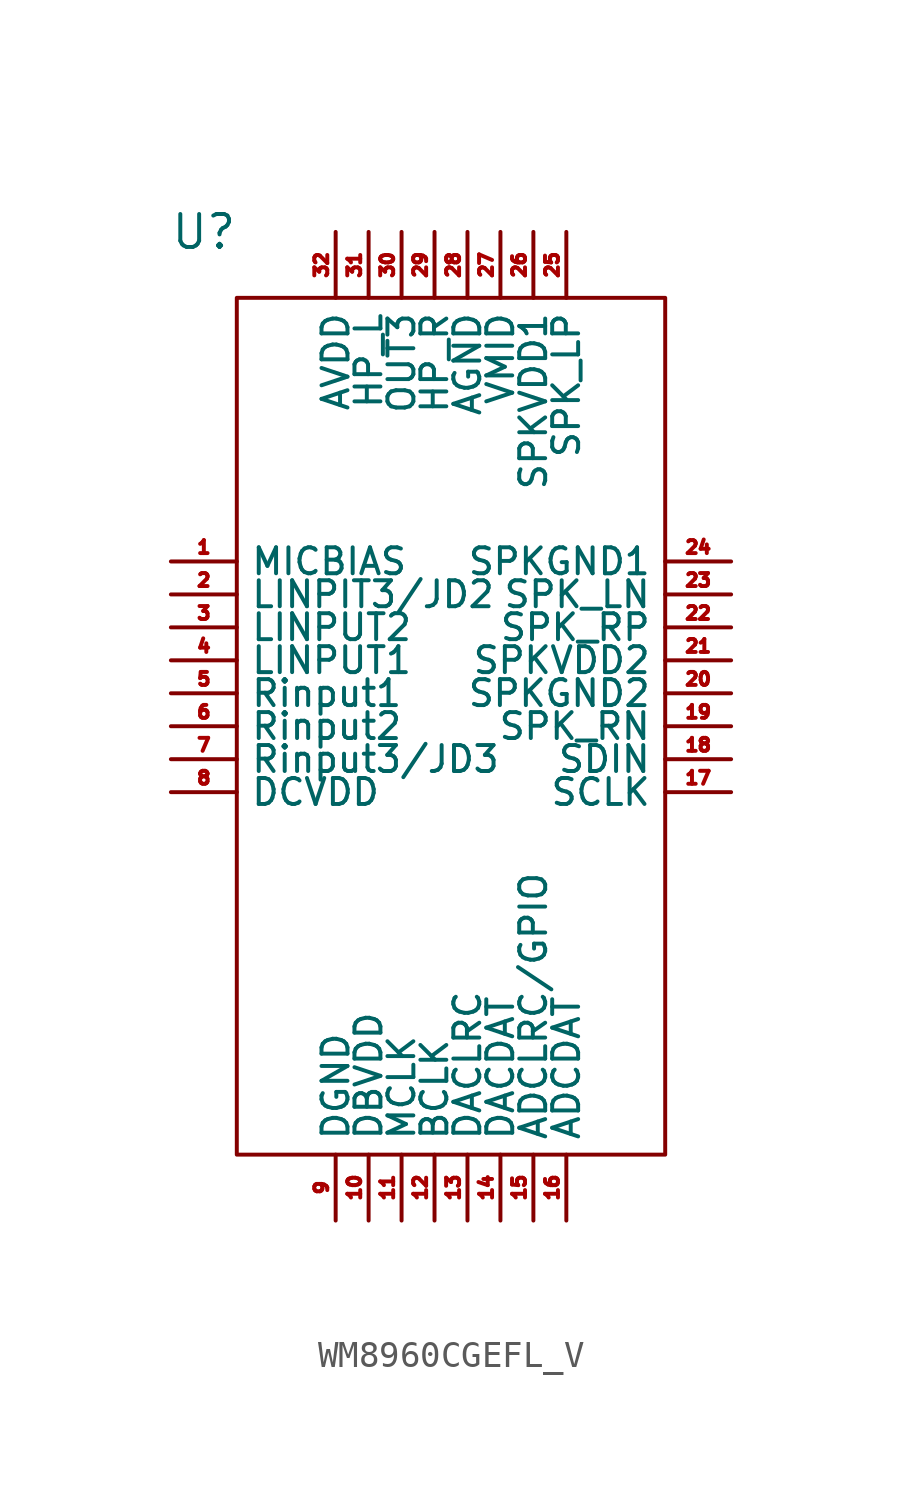
<source format=kicad_sym>
(kicad_symbol_lib
  (version 20220914)
  (generator kicad_symbol_editor)
  (symbol "WM8960CGEFL_V"
    (property "Reference" "U"
      (at -17.78 10.16 0)
      (effects (font (size 1.27 1.27))))
    (property "Value" ""
      (at -10.16 7.62 0)
      (effects (font (size 1.27 1.27))))
    (symbol "WM8960CGEFL_V_0_1"
      (rectangle (start -16.51 7.62) (end 0 -25.4) (stroke (width 0) (type default)) (fill (type none))))
    (symbol "WM8960CGEFL_V_1_1"
      (pin input line (at -19.05 -2.54 0) (length 2.54) (name "MICBIAS" (effects (font (size 1 1)))) (number "1" (effects (font (size 0.5 0.5)))))
      (pin power_in line (at -11.43 -27.94 90) (length 2.54) (name "DBVDD" (effects (font (size 1 1)))) (number "10" (effects (font (size 0.5 0.5)))))
      (pin unspecified line (at -10.16 -27.94 90) (length 2.54) (name "MCLK" (effects (font (size 1 1)))) (number "11" (effects (font (size 0.5 0.5)))))
      (pin input line (at -8.89 -27.94 90) (length 2.54) (name "BCLK" (effects (font (size 1 1)))) (number "12" (effects (font (size 0.5 0.5)))))
      (pin input line (at -7.62 -27.94 90) (length 2.54) (name "DACLRC" (effects (font (size 1 1)))) (number "13" (effects (font (size 0.5 0.5)))))
      (pin input line (at -6.35 -27.94 90) (length 2.54) (name "DACDAT" (effects (font (size 1 1)))) (number "14" (effects (font (size 0.5 0.5)))))
      (pin input line (at -5.08 -27.94 90) (length 2.54) (name "ADCLRC/GPIO" (effects (font (size 1 1)))) (number "15" (effects (font (size 0.5 0.5)))))
      (pin input line (at -3.81 -27.94 90) (length 2.54) (name "ADCDAT" (effects (font (size 1 1)))) (number "16" (effects (font (size 0.5 0.5)))))
      (pin input line (at 2.54 -11.43 180) (length 2.54) (name "SCLK" (effects (font (size 1 1)))) (number "17" (effects (font (size 0.5 0.5)))))
      (pin bidirectional line (at 2.54 -10.16 180) (length 2.54) (name "SDIN" (effects (font (size 1 1)))) (number "18" (effects (font (size 0.5 0.5)))))
      (pin output line (at 2.54 -8.89 180) (length 2.54) (name "SPK_RN" (effects (font (size 1 1)))) (number "19" (effects (font (size 0.5 0.5)))))
      (pin input line (at -19.05 -3.81 0) (length 2.54) (name "LINPIT3/JD2" (effects (font (size 1 1)))) (number "2" (effects (font (size 0.5 0.5)))))
      (pin unspecified line (at 2.54 -7.62 180) (length 2.54) (name "SPKGND2" (effects (font (size 1 1)))) (number "20" (effects (font (size 0.5 0.5)))))
      (pin power_in line (at 2.54 -6.35 180) (length 2.54) (name "SPKVDD2" (effects (font (size 1 1)))) (number "21" (effects (font (size 0.5 0.5)))))
      (pin output line (at 2.54 -5.08 180) (length 2.54) (name "SPK_RP" (effects (font (size 1 1)))) (number "22" (effects (font (size 0.5 0.5)))))
      (pin output line (at 2.54 -3.81 180) (length 2.54) (name "SPK_LN" (effects (font (size 1 1)))) (number "23" (effects (font (size 0.5 0.5)))))
      (pin unspecified line (at 2.54 -2.54 180) (length 2.54) (name "SPKGND1" (effects (font (size 1 1)))) (number "24" (effects (font (size 0.5 0.5)))))
      (pin output line (at -3.81 10.16 270) (length 2.54) (name "SPK_LP" (effects (font (size 1 1)))) (number "25" (effects (font (size 0.5 0.5)))))
      (pin power_in line (at -5.08 10.16 270) (length 2.54) (name "SPKVDD1" (effects (font (size 1 1)))) (number "26" (effects (font (size 0.5 0.5)))))
      (pin unspecified line (at -6.35 10.16 270) (length 2.54) (name "VMID" (effects (font (size 1 1)))) (number "27" (effects (font (size 0.5 0.5)))))
      (pin unspecified line (at -7.62 10.16 270) (length 2.54) (name "AGND" (effects (font (size 1 1)))) (number "28" (effects (font (size 0.5 0.5)))))
      (pin output line (at -8.89 10.16 270) (length 2.54) (name "HP_R" (effects (font (size 1 1)))) (number "29" (effects (font (size 0.5 0.5)))))
      (pin input line (at -19.05 -5.08 0) (length 2.54) (name "LINPUT2" (effects (font (size 1 1)))) (number "3" (effects (font (size 0.5 0.5)))))
      (pin output line (at -10.16 10.16 270) (length 2.54) (name "OUT3" (effects (font (size 1 1)))) (number "30" (effects (font (size 0.5 0.5)))))
      (pin output line (at -11.43 10.16 270) (length 2.54) (name "HP_L" (effects (font (size 1 1)))) (number "31" (effects (font (size 0.5 0.5)))))
      (pin power_in line (at -12.7 10.16 270) (length 2.54) (name "AVDD" (effects (font (size 1 1)))) (number "32" (effects (font (size 0.5 0.5)))))
      (pin input line (at -19.05 -6.35 0) (length 2.54) (name "LINPUT1" (effects (font (size 1 1)))) (number "4" (effects (font (size 0.5 0.5)))))
      (pin input line (at -19.05 -7.62 0) (length 2.54) (name "Rinput1" (effects (font (size 1 1)))) (number "5" (effects (font (size 0.5 0.5)))))
      (pin input line (at -19.05 -8.89 0) (length 2.54) (name "Rinput2" (effects (font (size 1 1)))) (number "6" (effects (font (size 0.5 0.5)))))
      (pin input line (at -19.05 -10.16 0) (length 2.54) (name "Rinput3/JD3" (effects (font (size 1 1)))) (number "7" (effects (font (size 0.5 0.5)))))
      (pin unspecified line (at -19.05 -11.43 0) (length 2.54) (name "DCVDD" (effects (font (size 1 1)))) (number "8" (effects (font (size 0.5 0.5)))))
      (pin unspecified line (at -12.7 -27.94 90) (length 2.54) (name "DGND" (effects (font (size 1 1)))) (number "9" (effects (font (size 0.5 0.5))))))))
</source>
